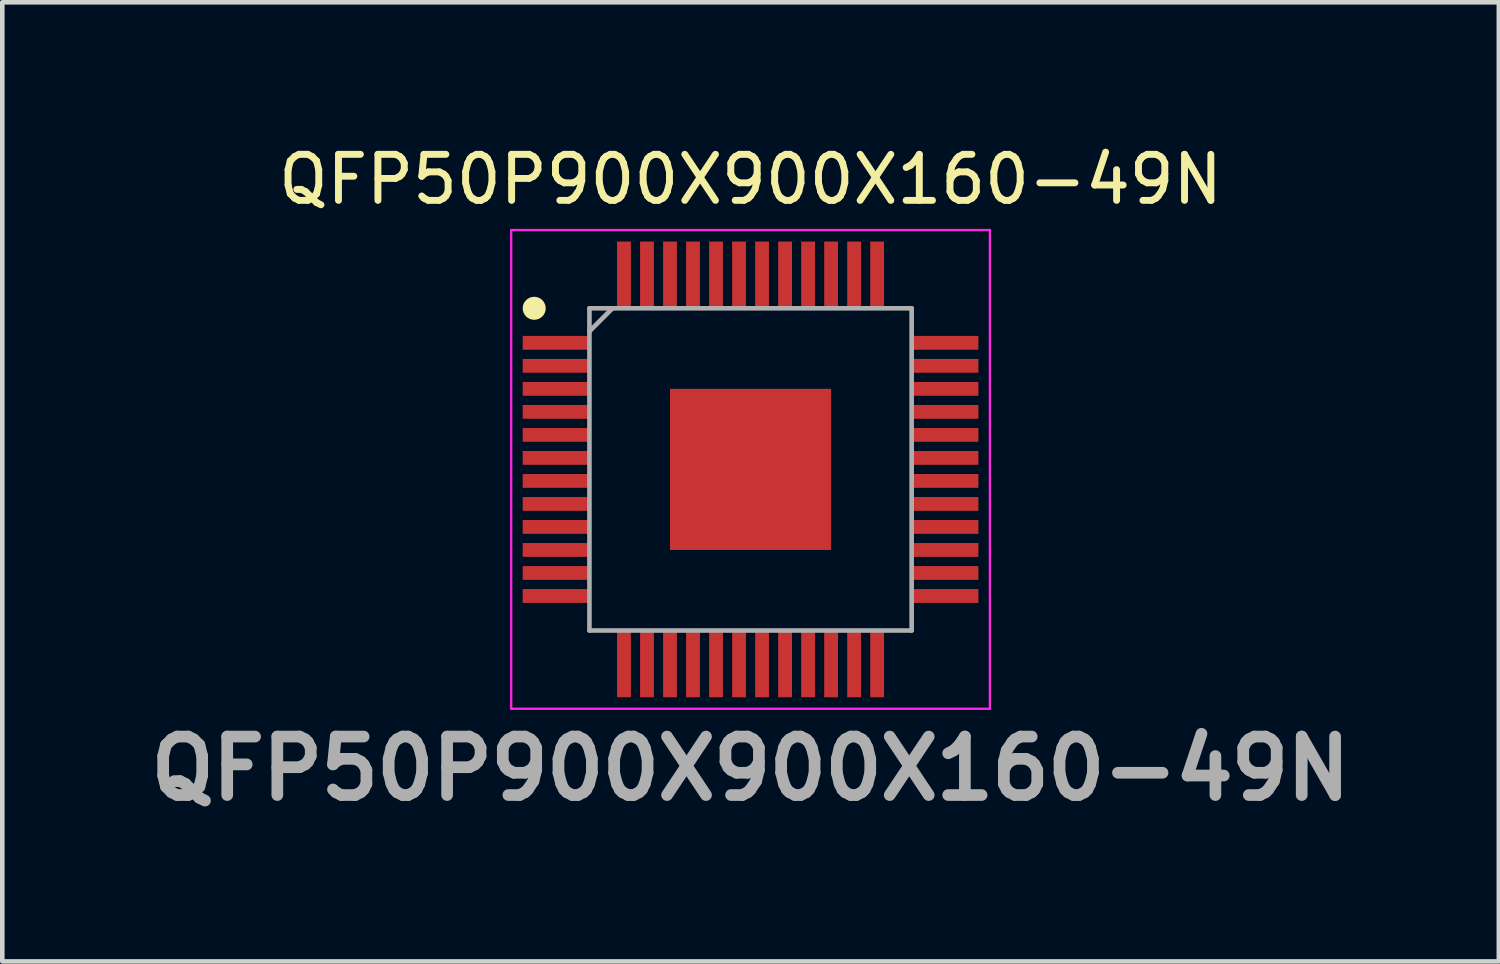
<source format=kicad_pcb>
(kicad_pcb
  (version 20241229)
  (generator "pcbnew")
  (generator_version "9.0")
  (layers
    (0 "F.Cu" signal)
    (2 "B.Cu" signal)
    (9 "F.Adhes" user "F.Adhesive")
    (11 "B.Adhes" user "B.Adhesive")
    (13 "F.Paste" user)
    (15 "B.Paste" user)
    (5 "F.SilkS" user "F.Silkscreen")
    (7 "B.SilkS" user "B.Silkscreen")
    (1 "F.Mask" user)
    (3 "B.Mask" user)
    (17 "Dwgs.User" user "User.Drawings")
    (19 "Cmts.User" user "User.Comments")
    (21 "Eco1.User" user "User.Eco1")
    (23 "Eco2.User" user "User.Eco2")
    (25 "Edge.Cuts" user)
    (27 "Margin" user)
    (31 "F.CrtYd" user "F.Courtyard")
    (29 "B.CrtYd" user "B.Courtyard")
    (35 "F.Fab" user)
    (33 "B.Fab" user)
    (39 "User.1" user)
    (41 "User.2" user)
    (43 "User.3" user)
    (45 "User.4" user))
  (footprint "QFP50P900X900X160-49N"
    (layer "F.Cu")
    (at 13.256 7.148)
    (property "Reference" "QFP50P900X900X160-49N" (at 0 -6.3 0) (layer "F.SilkS") (effects (font (size 1 1) (thickness 0.15))))
    (attr smd)
    (fp_circle (center -4.7 -3.5) (end -4.7 -3.375) (stroke (width 0.25) (type solid)) (fill no) (layer "F.SilkS"))
    (fp_line (start -5.2 -5.2) (end 5.2 -5.2) (stroke (width 0.05) (type solid)) (layer "F.CrtYd"))
    (fp_line (start -5.2 5.2) (end -5.2 -5.2) (stroke (width 0.05) (type solid)) (layer "F.CrtYd"))
    (fp_line (start 5.2 -5.2) (end 5.2 5.2) (stroke (width 0.05) (type solid)) (layer "F.CrtYd"))
    (fp_line (start 5.2 5.2) (end -5.2 5.2) (stroke (width 0.05) (type solid)) (layer "F.CrtYd"))
    (fp_line (start -3.5 -3.5) (end 3.5 -3.5) (stroke (width 0.1) (type solid)) (layer "F.Fab"))
    (fp_line (start -3.5 -3) (end -3 -3.5) (stroke (width 0.1) (type solid)) (layer "F.Fab"))
    (fp_line (start -3.5 3.5) (end -3.5 -3.5) (stroke (width 0.1) (type solid)) (layer "F.Fab"))
    (fp_line (start 3.5 -3.5) (end 3.5 3.5) (stroke (width 0.1) (type solid)) (layer "F.Fab"))
    (fp_line (start 3.5 3.5) (end -3.5 3.5) (stroke (width 0.1) (type solid)) (layer "F.Fab"))
    (fp_text user "${REFERENCE}" (at 0 6.5 0) (layer "F.Fab") (effects (font (size 1.27 1.27) (thickness 0.254))))
    (pad "1" smd rect (at -4.225 -2.75 90) (size 0.3 1.45) (layers "F.Cu" "F.Mask" "F.Paste"))
    (pad "2" smd rect (at -4.225 -2.25 90) (size 0.3 1.45) (layers "F.Cu" "F.Mask" "F.Paste"))
    (pad "3" smd rect (at -4.225 -1.75 90) (size 0.3 1.45) (layers "F.Cu" "F.Mask" "F.Paste"))
    (pad "4" smd rect (at -4.225 -1.25 90) (size 0.3 1.45) (layers "F.Cu" "F.Mask" "F.Paste"))
    (pad "5" smd rect (at -4.225 -0.75 90) (size 0.3 1.45) (layers "F.Cu" "F.Mask" "F.Paste"))
    (pad "6" smd rect (at -4.225 -0.25 90) (size 0.3 1.45) (layers "F.Cu" "F.Mask" "F.Paste"))
    (pad "7" smd rect (at -4.225 0.25 90) (size 0.3 1.45) (layers "F.Cu" "F.Mask" "F.Paste"))
    (pad "8" smd rect (at -4.225 0.75 90) (size 0.3 1.45) (layers "F.Cu" "F.Mask" "F.Paste"))
    (pad "9" smd rect (at -4.225 1.25 90) (size 0.3 1.45) (layers "F.Cu" "F.Mask" "F.Paste"))
    (pad "10" smd rect (at -4.225 1.75 90) (size 0.3 1.45) (layers "F.Cu" "F.Mask" "F.Paste"))
    (pad "11" smd rect (at -4.225 2.25 90) (size 0.3 1.45) (layers "F.Cu" "F.Mask" "F.Paste"))
    (pad "12" smd rect (at -4.225 2.75 90) (size 0.3 1.45) (layers "F.Cu" "F.Mask" "F.Paste"))
    (pad "13" smd rect (at -2.75 4.225) (size 0.3 1.45) (layers "F.Cu" "F.Mask" "F.Paste"))
    (pad "14" smd rect (at -2.25 4.225) (size 0.3 1.45) (layers "F.Cu" "F.Mask" "F.Paste"))
    (pad "15" smd rect (at -1.75 4.225) (size 0.3 1.45) (layers "F.Cu" "F.Mask" "F.Paste"))
    (pad "16" smd rect (at -1.25 4.225) (size 0.3 1.45) (layers "F.Cu" "F.Mask" "F.Paste"))
    (pad "17" smd rect (at -0.75 4.225) (size 0.3 1.45) (layers "F.Cu" "F.Mask" "F.Paste"))
    (pad "18" smd rect (at -0.25 4.225) (size 0.3 1.45) (layers "F.Cu" "F.Mask" "F.Paste"))
    (pad "19" smd rect (at 0.25 4.225) (size 0.3 1.45) (layers "F.Cu" "F.Mask" "F.Paste"))
    (pad "20" smd rect (at 0.75 4.225) (size 0.3 1.45) (layers "F.Cu" "F.Mask" "F.Paste"))
    (pad "21" smd rect (at 1.25 4.225) (size 0.3 1.45) (layers "F.Cu" "F.Mask" "F.Paste"))
    (pad "22" smd rect (at 1.75 4.225) (size 0.3 1.45) (layers "F.Cu" "F.Mask" "F.Paste"))
    (pad "23" smd rect (at 2.25 4.225) (size 0.3 1.45) (layers "F.Cu" "F.Mask" "F.Paste"))
    (pad "24" smd rect (at 2.75 4.225) (size 0.3 1.45) (layers "F.Cu" "F.Mask" "F.Paste"))
    (pad "25" smd rect (at 4.225 2.75 90) (size 0.3 1.45) (layers "F.Cu" "F.Mask" "F.Paste"))
    (pad "26" smd rect (at 4.225 2.25 90) (size 0.3 1.45) (layers "F.Cu" "F.Mask" "F.Paste"))
    (pad "27" smd rect (at 4.225 1.75 90) (size 0.3 1.45) (layers "F.Cu" "F.Mask" "F.Paste"))
    (pad "28" smd rect (at 4.225 1.25 90) (size 0.3 1.45) (layers "F.Cu" "F.Mask" "F.Paste"))
    (pad "29" smd rect (at 4.225 0.75 90) (size 0.3 1.45) (layers "F.Cu" "F.Mask" "F.Paste"))
    (pad "30" smd rect (at 4.225 0.25 90) (size 0.3 1.45) (layers "F.Cu" "F.Mask" "F.Paste"))
    (pad "31" smd rect (at 4.225 -0.25 90) (size 0.3 1.45) (layers "F.Cu" "F.Mask" "F.Paste"))
    (pad "32" smd rect (at 4.225 -0.75 90) (size 0.3 1.45) (layers "F.Cu" "F.Mask" "F.Paste"))
    (pad "33" smd rect (at 4.225 -1.25 90) (size 0.3 1.45) (layers "F.Cu" "F.Mask" "F.Paste"))
    (pad "34" smd rect (at 4.225 -1.75 90) (size 0.3 1.45) (layers "F.Cu" "F.Mask" "F.Paste"))
    (pad "35" smd rect (at 4.225 -2.25 90) (size 0.3 1.45) (layers "F.Cu" "F.Mask" "F.Paste"))
    (pad "36" smd rect (at 4.225 -2.75 90) (size 0.3 1.45) (layers "F.Cu" "F.Mask" "F.Paste"))
    (pad "37" smd rect (at 2.75 -4.225) (size 0.3 1.45) (layers "F.Cu" "F.Mask" "F.Paste"))
    (pad "38" smd rect (at 2.25 -4.225) (size 0.3 1.45) (layers "F.Cu" "F.Mask" "F.Paste"))
    (pad "39" smd rect (at 1.75 -4.225) (size 0.3 1.45) (layers "F.Cu" "F.Mask" "F.Paste"))
    (pad "40" smd rect (at 1.25 -4.225) (size 0.3 1.45) (layers "F.Cu" "F.Mask" "F.Paste"))
    (pad "41" smd rect (at 0.75 -4.225) (size 0.3 1.45) (layers "F.Cu" "F.Mask" "F.Paste"))
    (pad "42" smd rect (at 0.25 -4.225) (size 0.3 1.45) (layers "F.Cu" "F.Mask" "F.Paste"))
    (pad "43" smd rect (at -0.25 -4.225) (size 0.3 1.45) (layers "F.Cu" "F.Mask" "F.Paste"))
    (pad "44" smd rect (at -0.75 -4.225) (size 0.3 1.45) (layers "F.Cu" "F.Mask" "F.Paste"))
    (pad "45" smd rect (at -1.25 -4.225) (size 0.3 1.45) (layers "F.Cu" "F.Mask" "F.Paste"))
    (pad "46" smd rect (at -1.75 -4.225) (size 0.3 1.45) (layers "F.Cu" "F.Mask" "F.Paste"))
    (pad "47" smd rect (at -2.25 -4.225) (size 0.3 1.45) (layers "F.Cu" "F.Mask" "F.Paste"))
    (pad "48" smd rect (at -2.75 -4.225) (size 0.3 1.45) (layers "F.Cu" "F.Mask" "F.Paste"))
    (pad "49" smd rect (at 0 0) (size 3.5 3.5) (layers "F.Cu" "F.Mask" "F.Paste")))
  (gr_rect
    (start -3 -3)
    (end 29.513 17.837)
    (stroke (width 0.1) (type default))
    (fill no)
    (layer "Edge.Cuts")))
</source>
